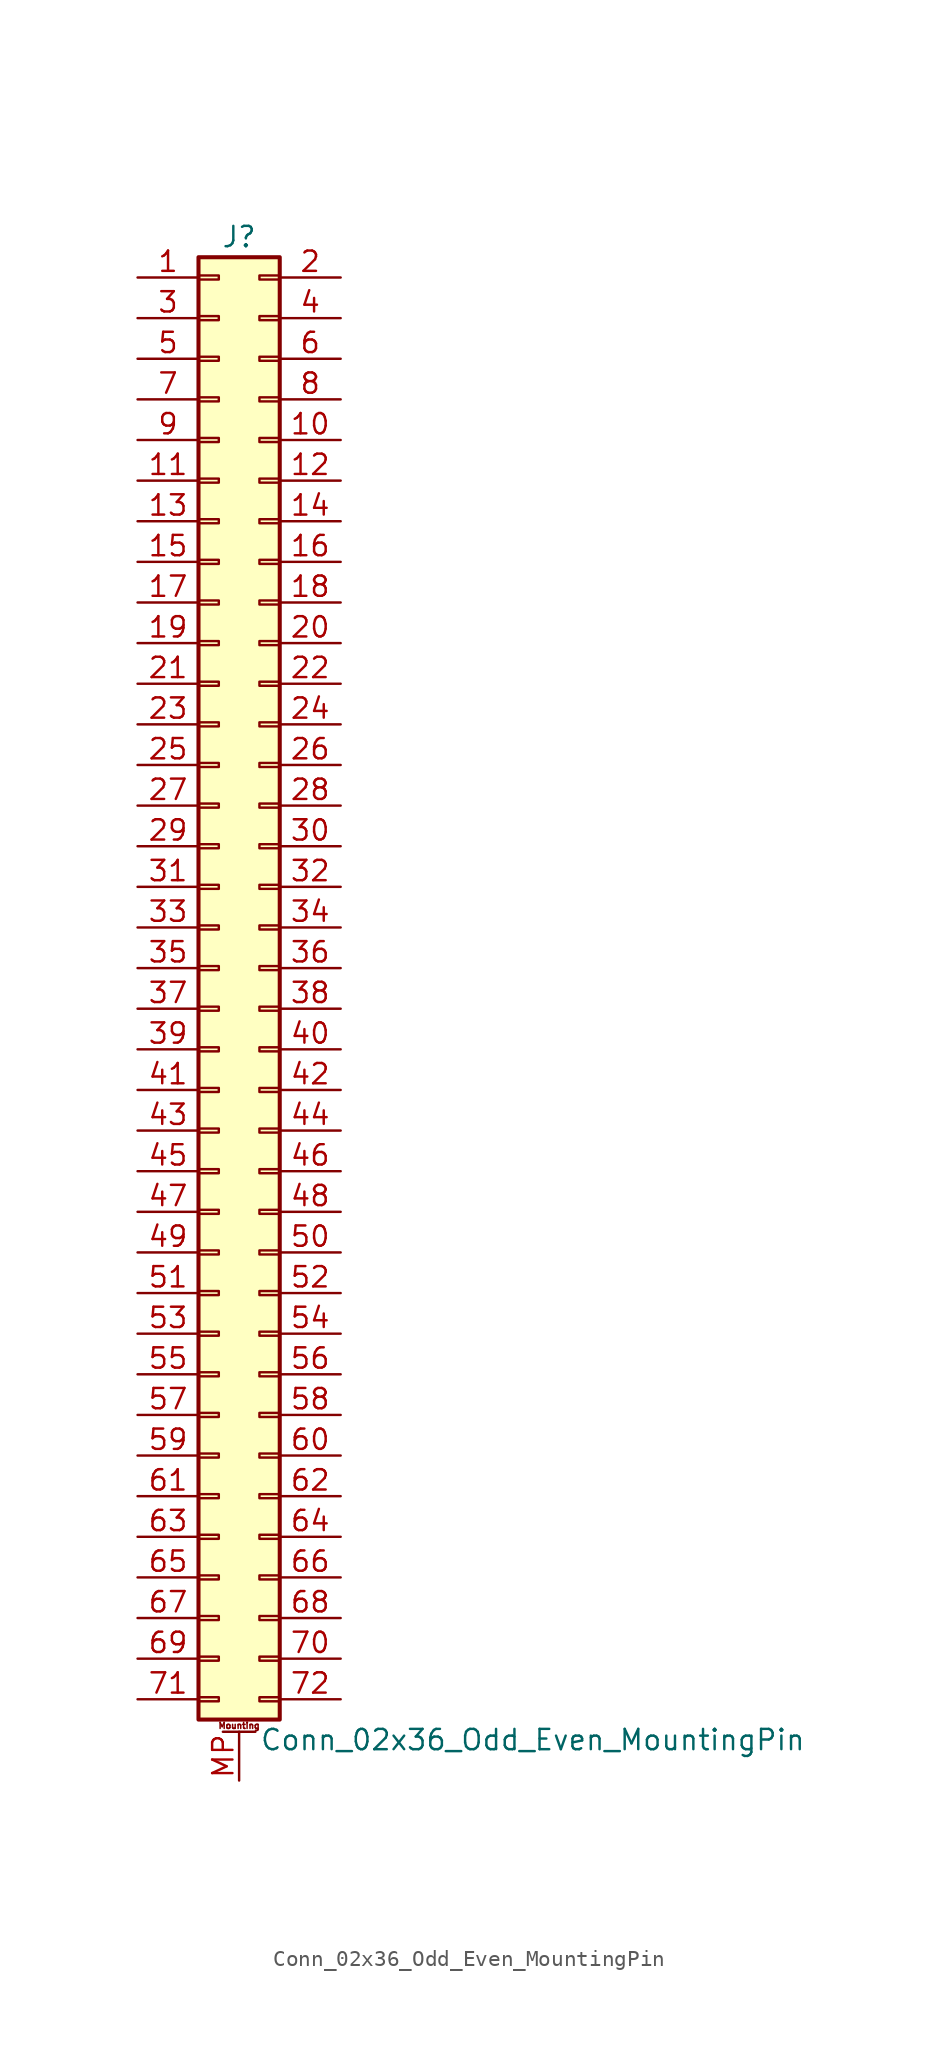
<source format=kicad_sym>
(kicad_symbol_lib
  (version 20211014)
  (generator kicad_symbol_editor)
  (symbol "Conn_02x36_Odd_Even_MountingPin"
    (pin_names
      (offset 1.016) hide)
    (property "Reference" "J"
      (at 1.27 45.72 0)
      (effects (font (size 1.27 1.27))))
    (property "Value" "Conn_02x36_Odd_Even_MountingPin"
      (at 2.54 -48.26 0)
      (effects (font (size 1.27 1.27)) (justify left)))
    (symbol "Conn_02x36_Odd_Even_MountingPin_1_1"
      (rectangle (start -1.27 -45.593) (end 0 -45.847) (stroke (width 0.152) (type default) (color 0 0 0 0)) (fill (type none)))
      (rectangle (start -1.27 -43.053) (end 0 -43.307) (stroke (width 0.152) (type default) (color 0 0 0 0)) (fill (type none)))
      (rectangle (start -1.27 -40.513) (end 0 -40.767) (stroke (width 0.152) (type default) (color 0 0 0 0)) (fill (type none)))
      (rectangle (start -1.27 -37.973) (end 0 -38.227) (stroke (width 0.152) (type default) (color 0 0 0 0)) (fill (type none)))
      (rectangle (start -1.27 -35.433) (end 0 -35.687) (stroke (width 0.152) (type default) (color 0 0 0 0)) (fill (type none)))
      (rectangle (start -1.27 -32.893) (end 0 -33.147) (stroke (width 0.152) (type default) (color 0 0 0 0)) (fill (type none)))
      (rectangle (start -1.27 -30.353) (end 0 -30.607) (stroke (width 0.152) (type default) (color 0 0 0 0)) (fill (type none)))
      (rectangle (start -1.27 -27.813) (end 0 -28.067) (stroke (width 0.152) (type default) (color 0 0 0 0)) (fill (type none)))
      (rectangle (start -1.27 -25.273) (end 0 -25.527) (stroke (width 0.152) (type default) (color 0 0 0 0)) (fill (type none)))
      (rectangle (start -1.27 -22.733) (end 0 -22.987) (stroke (width 0.152) (type default) (color 0 0 0 0)) (fill (type none)))
      (rectangle (start -1.27 -20.193) (end 0 -20.447) (stroke (width 0.152) (type default) (color 0 0 0 0)) (fill (type none)))
      (rectangle (start -1.27 -17.653) (end 0 -17.907) (stroke (width 0.152) (type default) (color 0 0 0 0)) (fill (type none)))
      (rectangle (start -1.27 -15.113) (end 0 -15.367) (stroke (width 0.152) (type default) (color 0 0 0 0)) (fill (type none)))
      (rectangle (start -1.27 -12.573) (end 0 -12.827) (stroke (width 0.152) (type default) (color 0 0 0 0)) (fill (type none)))
      (rectangle (start -1.27 -10.033) (end 0 -10.287) (stroke (width 0.152) (type default) (color 0 0 0 0)) (fill (type none)))
      (rectangle (start -1.27 -7.493) (end 0 -7.747) (stroke (width 0.152) (type default) (color 0 0 0 0)) (fill (type none)))
      (rectangle (start -1.27 -4.953) (end 0 -5.207) (stroke (width 0.152) (type default) (color 0 0 0 0)) (fill (type none)))
      (rectangle (start -1.27 -2.413) (end 0 -2.667) (stroke (width 0.152) (type default) (color 0 0 0 0)) (fill (type none)))
      (rectangle (start -1.27 0.127) (end 0 -0.127) (stroke (width 0.152) (type default) (color 0 0 0 0)) (fill (type none)))
      (rectangle (start -1.27 2.667) (end 0 2.413) (stroke (width 0.152) (type default) (color 0 0 0 0)) (fill (type none)))
      (rectangle (start -1.27 5.207) (end 0 4.953) (stroke (width 0.152) (type default) (color 0 0 0 0)) (fill (type none)))
      (rectangle (start -1.27 7.747) (end 0 7.493) (stroke (width 0.152) (type default) (color 0 0 0 0)) (fill (type none)))
      (rectangle (start -1.27 10.287) (end 0 10.033) (stroke (width 0.152) (type default) (color 0 0 0 0)) (fill (type none)))
      (rectangle (start -1.27 12.827) (end 0 12.573) (stroke (width 0.152) (type default) (color 0 0 0 0)) (fill (type none)))
      (rectangle (start -1.27 15.367) (end 0 15.113) (stroke (width 0.152) (type default) (color 0 0 0 0)) (fill (type none)))
      (rectangle (start -1.27 17.907) (end 0 17.653) (stroke (width 0.152) (type default) (color 0 0 0 0)) (fill (type none)))
      (rectangle (start -1.27 20.447) (end 0 20.193) (stroke (width 0.152) (type default) (color 0 0 0 0)) (fill (type none)))
      (rectangle (start -1.27 22.987) (end 0 22.733) (stroke (width 0.152) (type default) (color 0 0 0 0)) (fill (type none)))
      (rectangle (start -1.27 25.527) (end 0 25.273) (stroke (width 0.152) (type default) (color 0 0 0 0)) (fill (type none)))
      (rectangle (start -1.27 28.067) (end 0 27.813) (stroke (width 0.152) (type default) (color 0 0 0 0)) (fill (type none)))
      (rectangle (start -1.27 30.607) (end 0 30.353) (stroke (width 0.152) (type default) (color 0 0 0 0)) (fill (type none)))
      (rectangle (start -1.27 33.147) (end 0 32.893) (stroke (width 0.152) (type default) (color 0 0 0 0)) (fill (type none)))
      (rectangle (start -1.27 35.687) (end 0 35.433) (stroke (width 0.152) (type default) (color 0 0 0 0)) (fill (type none)))
      (rectangle (start -1.27 38.227) (end 0 37.973) (stroke (width 0.152) (type default) (color 0 0 0 0)) (fill (type none)))
      (rectangle (start -1.27 40.767) (end 0 40.513) (stroke (width 0.152) (type default) (color 0 0 0 0)) (fill (type none)))
      (rectangle (start -1.27 43.307) (end 0 43.053) (stroke (width 0.152) (type default) (color 0 0 0 0)) (fill (type none)))
      (rectangle (start -1.27 44.45) (end 3.81 -46.99) (stroke (width 0.254) (type default) (color 0 0 0 0)) (fill (type background)))
      (polyline (pts (xy 0.254 -47.752) (xy 2.286 -47.752)) (stroke (width 0.152) (type default) (color 0 0 0 0)) (fill (type none)))
      (rectangle (start 3.81 -45.593) (end 2.54 -45.847) (stroke (width 0.152) (type default) (color 0 0 0 0)) (fill (type none)))
      (rectangle (start 3.81 -43.053) (end 2.54 -43.307) (stroke (width 0.152) (type default) (color 0 0 0 0)) (fill (type none)))
      (rectangle (start 3.81 -40.513) (end 2.54 -40.767) (stroke (width 0.152) (type default) (color 0 0 0 0)) (fill (type none)))
      (rectangle (start 3.81 -37.973) (end 2.54 -38.227) (stroke (width 0.152) (type default) (color 0 0 0 0)) (fill (type none)))
      (rectangle (start 3.81 -35.433) (end 2.54 -35.687) (stroke (width 0.152) (type default) (color 0 0 0 0)) (fill (type none)))
      (rectangle (start 3.81 -32.893) (end 2.54 -33.147) (stroke (width 0.152) (type default) (color 0 0 0 0)) (fill (type none)))
      (rectangle (start 3.81 -30.353) (end 2.54 -30.607) (stroke (width 0.152) (type default) (color 0 0 0 0)) (fill (type none)))
      (rectangle (start 3.81 -27.813) (end 2.54 -28.067) (stroke (width 0.152) (type default) (color 0 0 0 0)) (fill (type none)))
      (rectangle (start 3.81 -25.273) (end 2.54 -25.527) (stroke (width 0.152) (type default) (color 0 0 0 0)) (fill (type none)))
      (rectangle (start 3.81 -22.733) (end 2.54 -22.987) (stroke (width 0.152) (type default) (color 0 0 0 0)) (fill (type none)))
      (rectangle (start 3.81 -20.193) (end 2.54 -20.447) (stroke (width 0.152) (type default) (color 0 0 0 0)) (fill (type none)))
      (rectangle (start 3.81 -17.653) (end 2.54 -17.907) (stroke (width 0.152) (type default) (color 0 0 0 0)) (fill (type none)))
      (rectangle (start 3.81 -15.113) (end 2.54 -15.367) (stroke (width 0.152) (type default) (color 0 0 0 0)) (fill (type none)))
      (rectangle (start 3.81 -12.573) (end 2.54 -12.827) (stroke (width 0.152) (type default) (color 0 0 0 0)) (fill (type none)))
      (rectangle (start 3.81 -10.033) (end 2.54 -10.287) (stroke (width 0.152) (type default) (color 0 0 0 0)) (fill (type none)))
      (rectangle (start 3.81 -7.493) (end 2.54 -7.747) (stroke (width 0.152) (type default) (color 0 0 0 0)) (fill (type none)))
      (rectangle (start 3.81 -4.953) (end 2.54 -5.207) (stroke (width 0.152) (type default) (color 0 0 0 0)) (fill (type none)))
      (rectangle (start 3.81 -2.413) (end 2.54 -2.667) (stroke (width 0.152) (type default) (color 0 0 0 0)) (fill (type none)))
      (rectangle (start 3.81 0.127) (end 2.54 -0.127) (stroke (width 0.152) (type default) (color 0 0 0 0)) (fill (type none)))
      (rectangle (start 3.81 2.667) (end 2.54 2.413) (stroke (width 0.152) (type default) (color 0 0 0 0)) (fill (type none)))
      (rectangle (start 3.81 5.207) (end 2.54 4.953) (stroke (width 0.152) (type default) (color 0 0 0 0)) (fill (type none)))
      (rectangle (start 3.81 7.747) (end 2.54 7.493) (stroke (width 0.152) (type default) (color 0 0 0 0)) (fill (type none)))
      (rectangle (start 3.81 10.287) (end 2.54 10.033) (stroke (width 0.152) (type default) (color 0 0 0 0)) (fill (type none)))
      (rectangle (start 3.81 12.827) (end 2.54 12.573) (stroke (width 0.152) (type default) (color 0 0 0 0)) (fill (type none)))
      (rectangle (start 3.81 15.367) (end 2.54 15.113) (stroke (width 0.152) (type default) (color 0 0 0 0)) (fill (type none)))
      (rectangle (start 3.81 17.907) (end 2.54 17.653) (stroke (width 0.152) (type default) (color 0 0 0 0)) (fill (type none)))
      (rectangle (start 3.81 20.447) (end 2.54 20.193) (stroke (width 0.152) (type default) (color 0 0 0 0)) (fill (type none)))
      (rectangle (start 3.81 22.987) (end 2.54 22.733) (stroke (width 0.152) (type default) (color 0 0 0 0)) (fill (type none)))
      (rectangle (start 3.81 25.527) (end 2.54 25.273) (stroke (width 0.152) (type default) (color 0 0 0 0)) (fill (type none)))
      (rectangle (start 3.81 28.067) (end 2.54 27.813) (stroke (width 0.152) (type default) (color 0 0 0 0)) (fill (type none)))
      (rectangle (start 3.81 30.607) (end 2.54 30.353) (stroke (width 0.152) (type default) (color 0 0 0 0)) (fill (type none)))
      (rectangle (start 3.81 33.147) (end 2.54 32.893) (stroke (width 0.152) (type default) (color 0 0 0 0)) (fill (type none)))
      (rectangle (start 3.81 35.687) (end 2.54 35.433) (stroke (width 0.152) (type default) (color 0 0 0 0)) (fill (type none)))
      (rectangle (start 3.81 38.227) (end 2.54 37.973) (stroke (width 0.152) (type default) (color 0 0 0 0)) (fill (type none)))
      (rectangle (start 3.81 40.767) (end 2.54 40.513) (stroke (width 0.152) (type default) (color 0 0 0 0)) (fill (type none)))
      (rectangle (start 3.81 43.307) (end 2.54 43.053) (stroke (width 0.152) (type default) (color 0 0 0 0)) (fill (type none)))
      (text "Mounting" (at 1.27 -47.371 0) (effects (font (size 0.381 0.381))))
      (pin passive line (at -5.08 43.18 0) (length 3.81) (name "Pin_1" (effects (font (size 1.27 1.27)))) (number "1" (effects (font (size 1.27 1.27)))))
      (pin passive line (at 7.62 33.02 180) (length 3.81) (name "Pin_10" (effects (font (size 1.27 1.27)))) (number "10" (effects (font (size 1.27 1.27)))))
      (pin passive line (at -5.08 30.48 0) (length 3.81) (name "Pin_11" (effects (font (size 1.27 1.27)))) (number "11" (effects (font (size 1.27 1.27)))))
      (pin passive line (at 7.62 30.48 180) (length 3.81) (name "Pin_12" (effects (font (size 1.27 1.27)))) (number "12" (effects (font (size 1.27 1.27)))))
      (pin passive line (at -5.08 27.94 0) (length 3.81) (name "Pin_13" (effects (font (size 1.27 1.27)))) (number "13" (effects (font (size 1.27 1.27)))))
      (pin passive line (at 7.62 27.94 180) (length 3.81) (name "Pin_14" (effects (font (size 1.27 1.27)))) (number "14" (effects (font (size 1.27 1.27)))))
      (pin passive line (at -5.08 25.4 0) (length 3.81) (name "Pin_15" (effects (font (size 1.27 1.27)))) (number "15" (effects (font (size 1.27 1.27)))))
      (pin passive line (at 7.62 25.4 180) (length 3.81) (name "Pin_16" (effects (font (size 1.27 1.27)))) (number "16" (effects (font (size 1.27 1.27)))))
      (pin passive line (at -5.08 22.86 0) (length 3.81) (name "Pin_17" (effects (font (size 1.27 1.27)))) (number "17" (effects (font (size 1.27 1.27)))))
      (pin passive line (at 7.62 22.86 180) (length 3.81) (name "Pin_18" (effects (font (size 1.27 1.27)))) (number "18" (effects (font (size 1.27 1.27)))))
      (pin passive line (at -5.08 20.32 0) (length 3.81) (name "Pin_19" (effects (font (size 1.27 1.27)))) (number "19" (effects (font (size 1.27 1.27)))))
      (pin passive line (at 7.62 43.18 180) (length 3.81) (name "Pin_2" (effects (font (size 1.27 1.27)))) (number "2" (effects (font (size 1.27 1.27)))))
      (pin passive line (at 7.62 20.32 180) (length 3.81) (name "Pin_20" (effects (font (size 1.27 1.27)))) (number "20" (effects (font (size 1.27 1.27)))))
      (pin passive line (at -5.08 17.78 0) (length 3.81) (name "Pin_21" (effects (font (size 1.27 1.27)))) (number "21" (effects (font (size 1.27 1.27)))))
      (pin passive line (at 7.62 17.78 180) (length 3.81) (name "Pin_22" (effects (font (size 1.27 1.27)))) (number "22" (effects (font (size 1.27 1.27)))))
      (pin passive line (at -5.08 15.24 0) (length 3.81) (name "Pin_23" (effects (font (size 1.27 1.27)))) (number "23" (effects (font (size 1.27 1.27)))))
      (pin passive line (at 7.62 15.24 180) (length 3.81) (name "Pin_24" (effects (font (size 1.27 1.27)))) (number "24" (effects (font (size 1.27 1.27)))))
      (pin passive line (at -5.08 12.7 0) (length 3.81) (name "Pin_25" (effects (font (size 1.27 1.27)))) (number "25" (effects (font (size 1.27 1.27)))))
      (pin passive line (at 7.62 12.7 180) (length 3.81) (name "Pin_26" (effects (font (size 1.27 1.27)))) (number "26" (effects (font (size 1.27 1.27)))))
      (pin passive line (at -5.08 10.16 0) (length 3.81) (name "Pin_27" (effects (font (size 1.27 1.27)))) (number "27" (effects (font (size 1.27 1.27)))))
      (pin passive line (at 7.62 10.16 180) (length 3.81) (name "Pin_28" (effects (font (size 1.27 1.27)))) (number "28" (effects (font (size 1.27 1.27)))))
      (pin passive line (at -5.08 7.62 0) (length 3.81) (name "Pin_29" (effects (font (size 1.27 1.27)))) (number "29" (effects (font (size 1.27 1.27)))))
      (pin passive line (at -5.08 40.64 0) (length 3.81) (name "Pin_3" (effects (font (size 1.27 1.27)))) (number "3" (effects (font (size 1.27 1.27)))))
      (pin passive line (at 7.62 7.62 180) (length 3.81) (name "Pin_30" (effects (font (size 1.27 1.27)))) (number "30" (effects (font (size 1.27 1.27)))))
      (pin passive line (at -5.08 5.08 0) (length 3.81) (name "Pin_31" (effects (font (size 1.27 1.27)))) (number "31" (effects (font (size 1.27 1.27)))))
      (pin passive line (at 7.62 5.08 180) (length 3.81) (name "Pin_32" (effects (font (size 1.27 1.27)))) (number "32" (effects (font (size 1.27 1.27)))))
      (pin passive line (at -5.08 2.54 0) (length 3.81) (name "Pin_33" (effects (font (size 1.27 1.27)))) (number "33" (effects (font (size 1.27 1.27)))))
      (pin passive line (at 7.62 2.54 180) (length 3.81) (name "Pin_34" (effects (font (size 1.27 1.27)))) (number "34" (effects (font (size 1.27 1.27)))))
      (pin passive line (at -5.08 0 0) (length 3.81) (name "Pin_35" (effects (font (size 1.27 1.27)))) (number "35" (effects (font (size 1.27 1.27)))))
      (pin passive line (at 7.62 0 180) (length 3.81) (name "Pin_36" (effects (font (size 1.27 1.27)))) (number "36" (effects (font (size 1.27 1.27)))))
      (pin passive line (at -5.08 -2.54 0) (length 3.81) (name "Pin_37" (effects (font (size 1.27 1.27)))) (number "37" (effects (font (size 1.27 1.27)))))
      (pin passive line (at 7.62 -2.54 180) (length 3.81) (name "Pin_38" (effects (font (size 1.27 1.27)))) (number "38" (effects (font (size 1.27 1.27)))))
      (pin passive line (at -5.08 -5.08 0) (length 3.81) (name "Pin_39" (effects (font (size 1.27 1.27)))) (number "39" (effects (font (size 1.27 1.27)))))
      (pin passive line (at 7.62 40.64 180) (length 3.81) (name "Pin_4" (effects (font (size 1.27 1.27)))) (number "4" (effects (font (size 1.27 1.27)))))
      (pin passive line (at 7.62 -5.08 180) (length 3.81) (name "Pin_40" (effects (font (size 1.27 1.27)))) (number "40" (effects (font (size 1.27 1.27)))))
      (pin passive line (at -5.08 -7.62 0) (length 3.81) (name "Pin_41" (effects (font (size 1.27 1.27)))) (number "41" (effects (font (size 1.27 1.27)))))
      (pin passive line (at 7.62 -7.62 180) (length 3.81) (name "Pin_42" (effects (font (size 1.27 1.27)))) (number "42" (effects (font (size 1.27 1.27)))))
      (pin passive line (at -5.08 -10.16 0) (length 3.81) (name "Pin_43" (effects (font (size 1.27 1.27)))) (number "43" (effects (font (size 1.27 1.27)))))
      (pin passive line (at 7.62 -10.16 180) (length 3.81) (name "Pin_44" (effects (font (size 1.27 1.27)))) (number "44" (effects (font (size 1.27 1.27)))))
      (pin passive line (at -5.08 -12.7 0) (length 3.81) (name "Pin_45" (effects (font (size 1.27 1.27)))) (number "45" (effects (font (size 1.27 1.27)))))
      (pin passive line (at 7.62 -12.7 180) (length 3.81) (name "Pin_46" (effects (font (size 1.27 1.27)))) (number "46" (effects (font (size 1.27 1.27)))))
      (pin passive line (at -5.08 -15.24 0) (length 3.81) (name "Pin_47" (effects (font (size 1.27 1.27)))) (number "47" (effects (font (size 1.27 1.27)))))
      (pin passive line (at 7.62 -15.24 180) (length 3.81) (name "Pin_48" (effects (font (size 1.27 1.27)))) (number "48" (effects (font (size 1.27 1.27)))))
      (pin passive line (at -5.08 -17.78 0) (length 3.81) (name "Pin_49" (effects (font (size 1.27 1.27)))) (number "49" (effects (font (size 1.27 1.27)))))
      (pin passive line (at -5.08 38.1 0) (length 3.81) (name "Pin_5" (effects (font (size 1.27 1.27)))) (number "5" (effects (font (size 1.27 1.27)))))
      (pin passive line (at 7.62 -17.78 180) (length 3.81) (name "Pin_50" (effects (font (size 1.27 1.27)))) (number "50" (effects (font (size 1.27 1.27)))))
      (pin passive line (at -5.08 -20.32 0) (length 3.81) (name "Pin_51" (effects (font (size 1.27 1.27)))) (number "51" (effects (font (size 1.27 1.27)))))
      (pin passive line (at 7.62 -20.32 180) (length 3.81) (name "Pin_52" (effects (font (size 1.27 1.27)))) (number "52" (effects (font (size 1.27 1.27)))))
      (pin passive line (at -5.08 -22.86 0) (length 3.81) (name "Pin_53" (effects (font (size 1.27 1.27)))) (number "53" (effects (font (size 1.27 1.27)))))
      (pin passive line (at 7.62 -22.86 180) (length 3.81) (name "Pin_54" (effects (font (size 1.27 1.27)))) (number "54" (effects (font (size 1.27 1.27)))))
      (pin passive line (at -5.08 -25.4 0) (length 3.81) (name "Pin_55" (effects (font (size 1.27 1.27)))) (number "55" (effects (font (size 1.27 1.27)))))
      (pin passive line (at 7.62 -25.4 180) (length 3.81) (name "Pin_56" (effects (font (size 1.27 1.27)))) (number "56" (effects (font (size 1.27 1.27)))))
      (pin passive line (at -5.08 -27.94 0) (length 3.81) (name "Pin_57" (effects (font (size 1.27 1.27)))) (number "57" (effects (font (size 1.27 1.27)))))
      (pin passive line (at 7.62 -27.94 180) (length 3.81) (name "Pin_58" (effects (font (size 1.27 1.27)))) (number "58" (effects (font (size 1.27 1.27)))))
      (pin passive line (at -5.08 -30.48 0) (length 3.81) (name "Pin_59" (effects (font (size 1.27 1.27)))) (number "59" (effects (font (size 1.27 1.27)))))
      (pin passive line (at 7.62 38.1 180) (length 3.81) (name "Pin_6" (effects (font (size 1.27 1.27)))) (number "6" (effects (font (size 1.27 1.27)))))
      (pin passive line (at 7.62 -30.48 180) (length 3.81) (name "Pin_60" (effects (font (size 1.27 1.27)))) (number "60" (effects (font (size 1.27 1.27)))))
      (pin passive line (at -5.08 -33.02 0) (length 3.81) (name "Pin_61" (effects (font (size 1.27 1.27)))) (number "61" (effects (font (size 1.27 1.27)))))
      (pin passive line (at 7.62 -33.02 180) (length 3.81) (name "Pin_62" (effects (font (size 1.27 1.27)))) (number "62" (effects (font (size 1.27 1.27)))))
      (pin passive line (at -5.08 -35.56 0) (length 3.81) (name "Pin_63" (effects (font (size 1.27 1.27)))) (number "63" (effects (font (size 1.27 1.27)))))
      (pin passive line (at 7.62 -35.56 180) (length 3.81) (name "Pin_64" (effects (font (size 1.27 1.27)))) (number "64" (effects (font (size 1.27 1.27)))))
      (pin passive line (at -5.08 -38.1 0) (length 3.81) (name "Pin_65" (effects (font (size 1.27 1.27)))) (number "65" (effects (font (size 1.27 1.27)))))
      (pin passive line (at 7.62 -38.1 180) (length 3.81) (name "Pin_66" (effects (font (size 1.27 1.27)))) (number "66" (effects (font (size 1.27 1.27)))))
      (pin passive line (at -5.08 -40.64 0) (length 3.81) (name "Pin_67" (effects (font (size 1.27 1.27)))) (number "67" (effects (font (size 1.27 1.27)))))
      (pin passive line (at 7.62 -40.64 180) (length 3.81) (name "Pin_68" (effects (font (size 1.27 1.27)))) (number "68" (effects (font (size 1.27 1.27)))))
      (pin passive line (at -5.08 -43.18 0) (length 3.81) (name "Pin_69" (effects (font (size 1.27 1.27)))) (number "69" (effects (font (size 1.27 1.27)))))
      (pin passive line (at -5.08 35.56 0) (length 3.81) (name "Pin_7" (effects (font (size 1.27 1.27)))) (number "7" (effects (font (size 1.27 1.27)))))
      (pin passive line (at 7.62 -43.18 180) (length 3.81) (name "Pin_70" (effects (font (size 1.27 1.27)))) (number "70" (effects (font (size 1.27 1.27)))))
      (pin passive line (at -5.08 -45.72 0) (length 3.81) (name "Pin_71" (effects (font (size 1.27 1.27)))) (number "71" (effects (font (size 1.27 1.27)))))
      (pin passive line (at 7.62 -45.72 180) (length 3.81) (name "Pin_72" (effects (font (size 1.27 1.27)))) (number "72" (effects (font (size 1.27 1.27)))))
      (pin passive line (at 7.62 35.56 180) (length 3.81) (name "Pin_8" (effects (font (size 1.27 1.27)))) (number "8" (effects (font (size 1.27 1.27)))))
      (pin passive line (at -5.08 33.02 0) (length 3.81) (name "Pin_9" (effects (font (size 1.27 1.27)))) (number "9" (effects (font (size 1.27 1.27)))))
      (pin passive line (at 1.27 -50.8 90) (length 3.048) (name "MountPin" (effects (font (size 1.27 1.27)))) (number "MP" (effects (font (size 1.27 1.27))))))))
</source>
